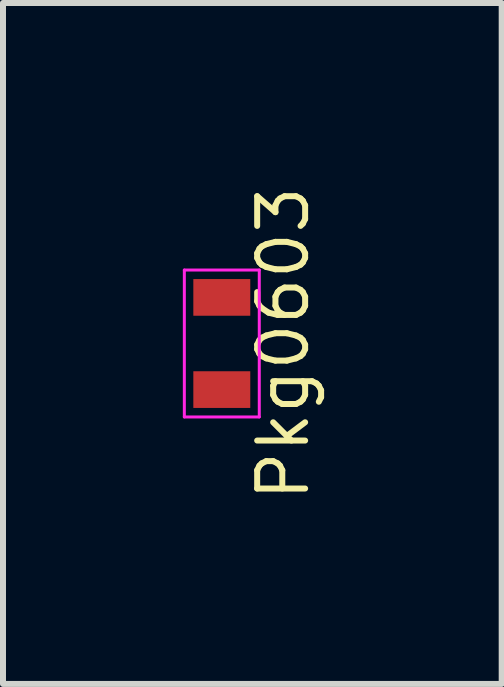
<source format=kicad_pcb>
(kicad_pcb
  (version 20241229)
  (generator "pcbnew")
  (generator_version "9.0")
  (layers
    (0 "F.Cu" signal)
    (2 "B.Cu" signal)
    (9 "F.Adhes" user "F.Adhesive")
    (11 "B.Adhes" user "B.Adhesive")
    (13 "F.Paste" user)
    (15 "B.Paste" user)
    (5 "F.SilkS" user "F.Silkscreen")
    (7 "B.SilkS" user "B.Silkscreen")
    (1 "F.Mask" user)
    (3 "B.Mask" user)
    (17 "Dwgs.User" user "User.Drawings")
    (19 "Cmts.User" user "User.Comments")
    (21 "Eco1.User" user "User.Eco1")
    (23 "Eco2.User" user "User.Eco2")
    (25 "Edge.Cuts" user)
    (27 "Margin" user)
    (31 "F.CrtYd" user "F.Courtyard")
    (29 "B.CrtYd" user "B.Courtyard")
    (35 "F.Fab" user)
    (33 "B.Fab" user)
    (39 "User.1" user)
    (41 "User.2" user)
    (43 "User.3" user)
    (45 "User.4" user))
  (footprint "Pkg0603"
    (layer "F.Cu")
    (at 0.65 2.68)
    (property "Reference" "Pkg0603" (at 1.025 0 90) (layer "F.SilkS") (effects (font (size 0.8 0.8) (thickness 0.1))))
    (fp_line (start -0.625 -1.225) (end -0.625 1.225) (stroke (width 0.05) (type solid)) (layer "F.CrtYd"))
    (fp_line (start -0.625 1.225) (end 0.625 1.225) (stroke (width 0.05) (type solid)) (layer "F.CrtYd"))
    (fp_line (start 0.625 -1.225) (end -0.625 -1.225) (stroke (width 0.05) (type solid)) (layer "F.CrtYd"))
    (fp_line (start 0.625 1.225) (end 0.625 -1.225) (stroke (width 0.05) (type solid)) (layer "F.CrtYd"))
    (pad "1" smd rect (at 0 -0.769) (size 0.95 0.612) (layers "F.Cu" "F.Mask" "F.Paste"))
    (pad "2" smd rect (at 0 0.769) (size 0.95 0.612) (layers "F.Cu" "F.Mask" "F.Paste")))
  (gr_rect
    (start -3 -3)
    (end 5.319 8.359)
    (stroke (width 0.1) (type default))
    (fill no)
    (layer "Edge.Cuts")))
</source>
